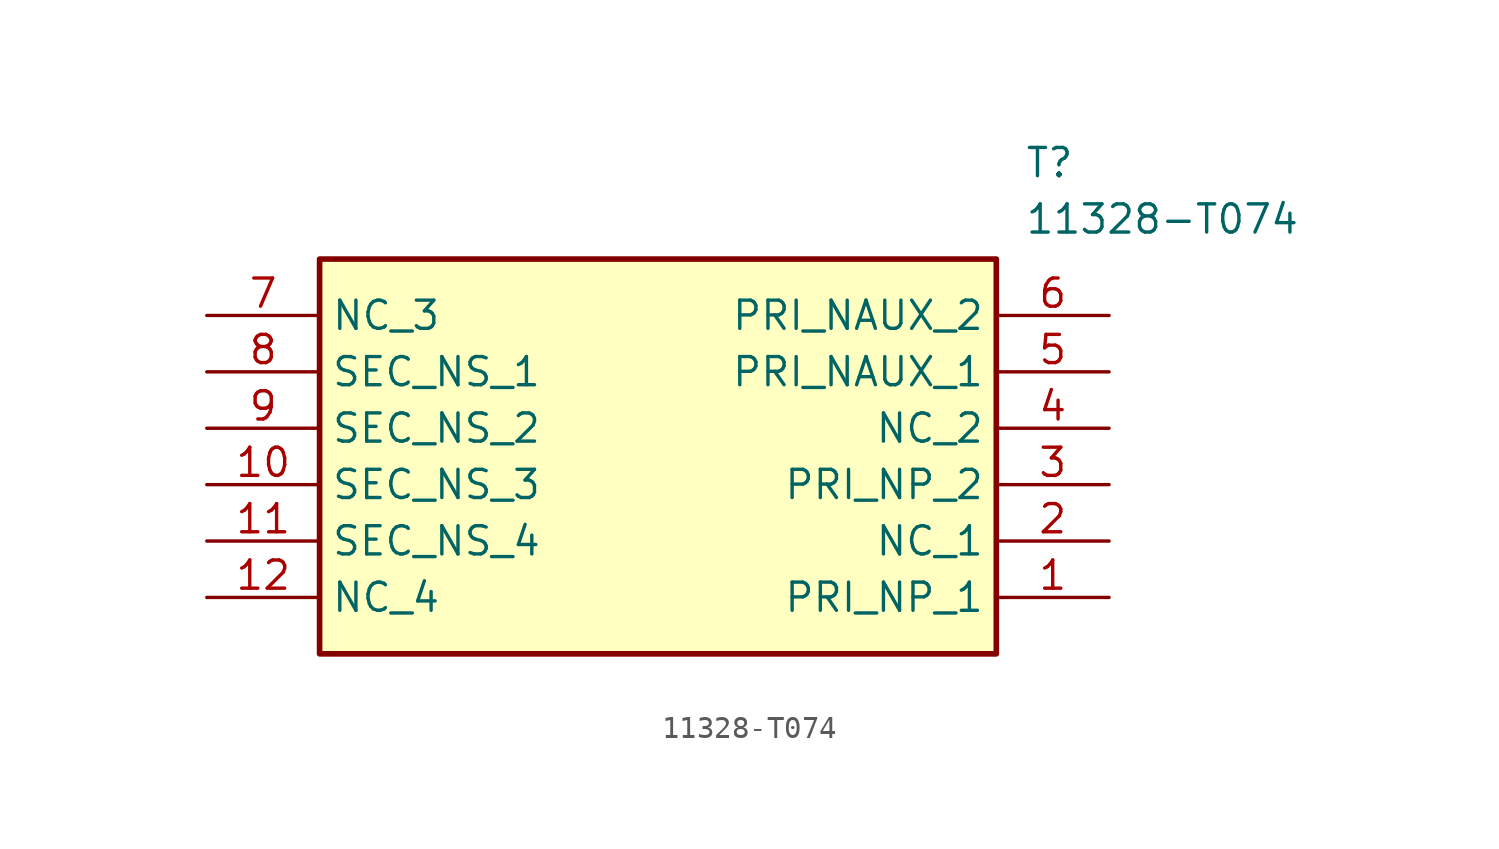
<source format=kicad_sym>
(kicad_symbol_lib
  (version 20211014)
  (generator SamacSys_ECAD_Model)
  (symbol "11328-T074"
    (property "Reference" "T"
      (at 36.83 7.62 0)
      (effects (font (size 1.27 1.27)) (justify left top)))
    (property "Value" "11328-T074"
      (at 36.83 5.08 0)
      (effects (font (size 1.27 1.27)) (justify left top)))
    (rectangle
      (start 5.08 2.54)
      (end 35.56 -15.24)
      (stroke (width 0.254) (type default))
      (fill (type background)))
    (pin passive line
      (at 40.64 -12.7 180)
      (length 5.08)
      (name "PRI_NP_1" (effects (font (size 1.27 1.27))))
      (number "1" (effects (font (size 1.27 1.27)))))
    (pin passive line
      (at 40.64 -10.16 180)
      (length 5.08)
      (name "NC_1" (effects (font (size 1.27 1.27))))
      (number "2" (effects (font (size 1.27 1.27)))))
    (pin passive line
      (at 40.64 -7.62 180)
      (length 5.08)
      (name "PRI_NP_2" (effects (font (size 1.27 1.27))))
      (number "3" (effects (font (size 1.27 1.27)))))
    (pin passive line
      (at 40.64 -5.08 180)
      (length 5.08)
      (name "NC_2" (effects (font (size 1.27 1.27))))
      (number "4" (effects (font (size 1.27 1.27)))))
    (pin passive line
      (at 40.64 -2.54 180)
      (length 5.08)
      (name "PRI_NAUX_1" (effects (font (size 1.27 1.27))))
      (number "5" (effects (font (size 1.27 1.27)))))
    (pin passive line
      (at 40.64 0 180)
      (length 5.08)
      (name "PRI_NAUX_2" (effects (font (size 1.27 1.27))))
      (number "6" (effects (font (size 1.27 1.27)))))
    (pin passive line
      (at 0 0 0)
      (length 5.08)
      (name "NC_3" (effects (font (size 1.27 1.27))))
      (number "7" (effects (font (size 1.27 1.27)))))
    (pin passive line
      (at 0 -2.54 0)
      (length 5.08)
      (name "SEC_NS_1" (effects (font (size 1.27 1.27))))
      (number "8" (effects (font (size 1.27 1.27)))))
    (pin passive line
      (at 0 -5.08 0)
      (length 5.08)
      (name "SEC_NS_2" (effects (font (size 1.27 1.27))))
      (number "9" (effects (font (size 1.27 1.27)))))
    (pin passive line
      (at 0 -7.62 0)
      (length 5.08)
      (name "SEC_NS_3" (effects (font (size 1.27 1.27))))
      (number "10" (effects (font (size 1.27 1.27)))))
    (pin passive line
      (at 0 -10.16 0)
      (length 5.08)
      (name "SEC_NS_4" (effects (font (size 1.27 1.27))))
      (number "11" (effects (font (size 1.27 1.27)))))
    (pin passive line
      (at 0 -12.7 0)
      (length 5.08)
      (name "NC_4" (effects (font (size 1.27 1.27))))
      (number "12" (effects (font (size 1.27 1.27)))))))
</source>
